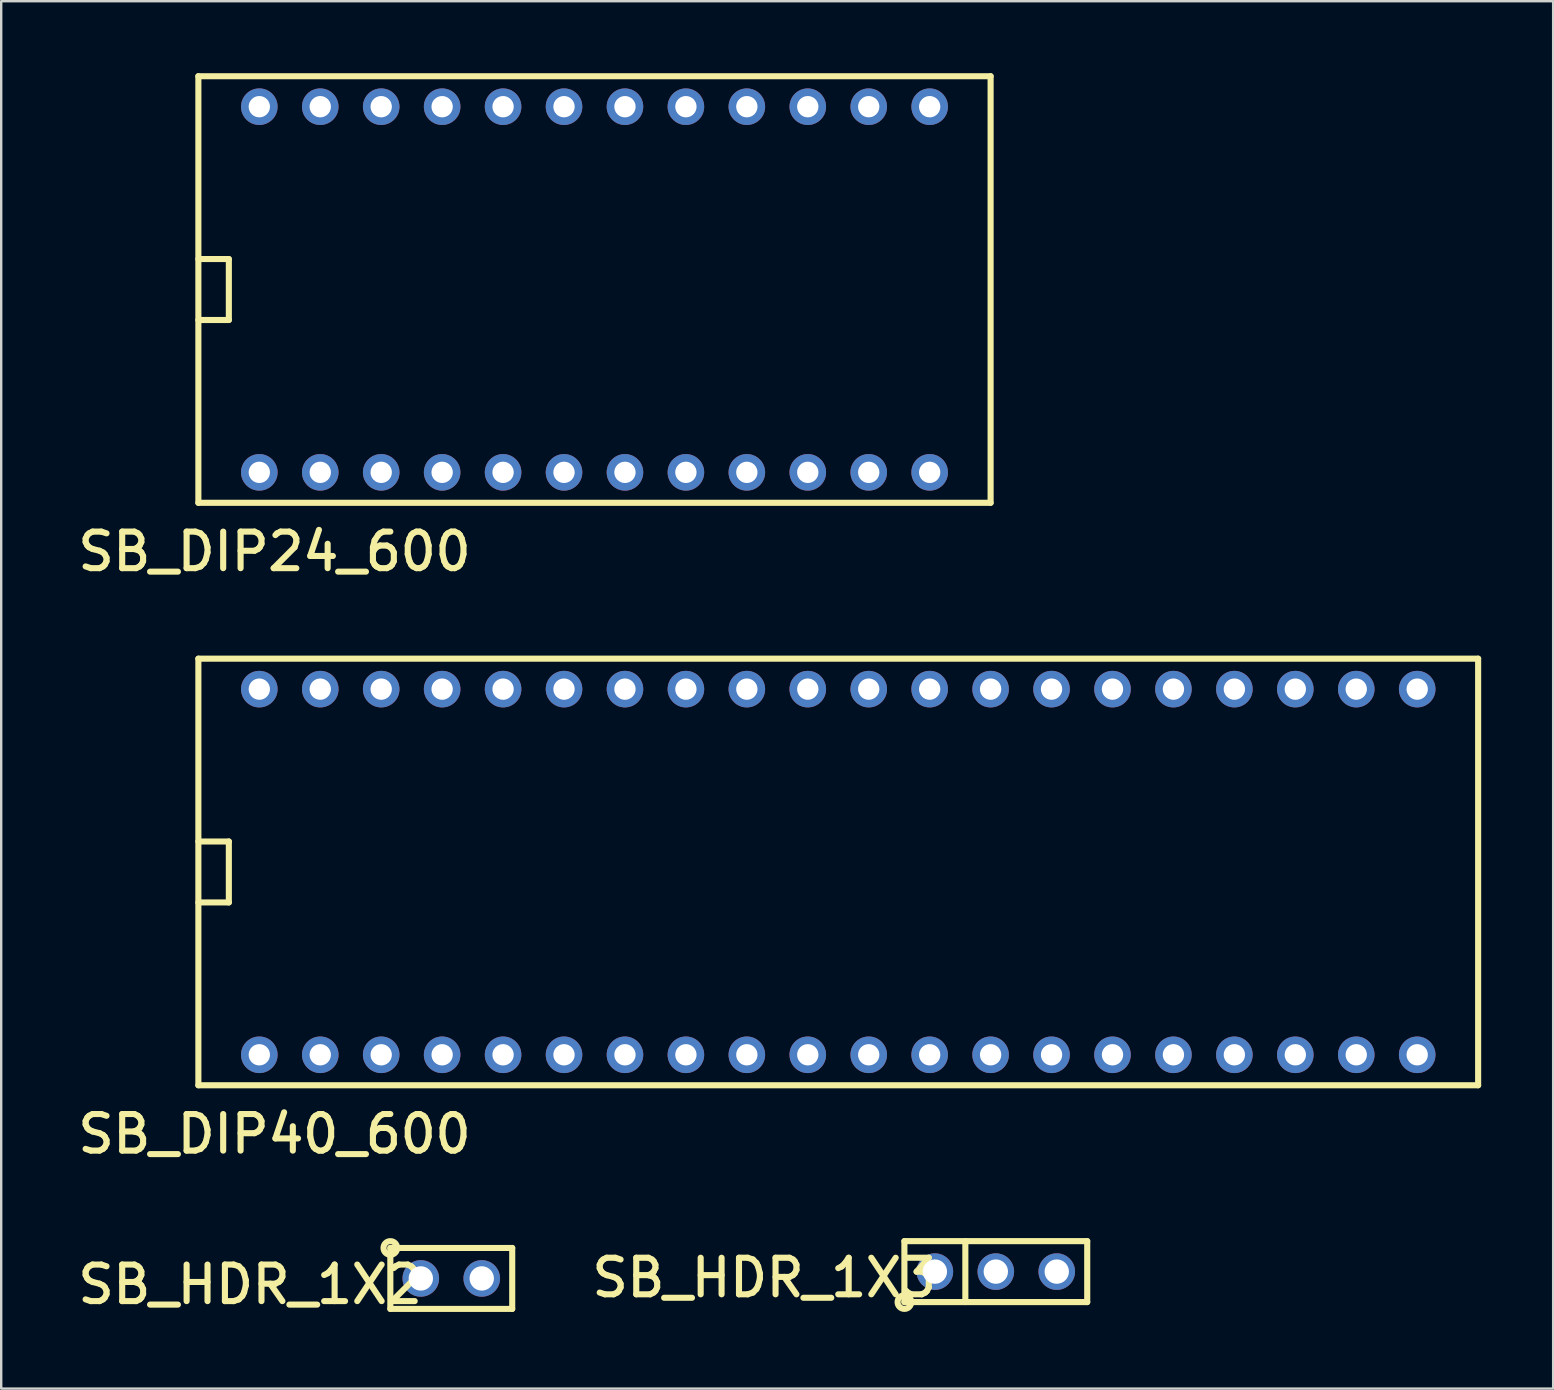
<source format=kicad_pcb>
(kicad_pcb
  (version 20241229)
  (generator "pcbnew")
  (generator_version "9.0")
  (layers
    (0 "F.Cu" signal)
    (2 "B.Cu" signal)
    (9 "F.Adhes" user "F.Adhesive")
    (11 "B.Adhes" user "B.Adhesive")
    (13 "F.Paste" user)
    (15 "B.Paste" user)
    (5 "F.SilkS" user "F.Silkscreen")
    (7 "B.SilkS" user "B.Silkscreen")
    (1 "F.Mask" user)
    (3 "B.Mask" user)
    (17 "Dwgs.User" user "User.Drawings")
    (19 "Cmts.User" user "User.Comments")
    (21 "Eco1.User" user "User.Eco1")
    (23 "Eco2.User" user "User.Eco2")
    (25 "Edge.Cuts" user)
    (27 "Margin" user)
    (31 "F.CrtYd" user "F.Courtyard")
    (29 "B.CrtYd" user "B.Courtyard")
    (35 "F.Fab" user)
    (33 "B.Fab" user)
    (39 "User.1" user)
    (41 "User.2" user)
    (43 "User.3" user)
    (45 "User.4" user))
  (footprint "SB_DIP40_600"
    (layer "F.Cu")
    (at 7.758 40.913)
    (property "Reference" "SB_DIP40_600" (at 0.635 3.302 0) (layer "F.SilkS") (effects (font (size 1.524 1.524) (thickness 0.254))))
    (attr through_hole)
    (fp_line (start -2.54 -16.51) (end -2.54 1.27) (stroke (width 0.254) (type solid)) (layer "F.SilkS"))
    (fp_line (start -2.54 -6.35) (end -1.27 -6.35) (stroke (width 0.254) (type solid)) (layer "F.SilkS"))
    (fp_line (start -2.54 1.27) (end 50.8 1.27) (stroke (width 0.254) (type solid)) (layer "F.SilkS"))
    (fp_line (start -1.27 -8.89) (end -2.54 -8.89) (stroke (width 0.254) (type solid)) (layer "F.SilkS"))
    (fp_line (start -1.27 -6.35) (end -1.27 -8.89) (stroke (width 0.254) (type solid)) (layer "F.SilkS"))
    (fp_line (start 50.8 -16.51) (end -2.54 -16.51) (stroke (width 0.254) (type solid)) (layer "F.SilkS"))
    (fp_line (start 50.8 1.27) (end 50.8 -16.51) (stroke (width 0.254) (type solid)) (layer "F.SilkS"))
    (pad "1" thru_hole circle (at 0 0) (size 1.524 1.524) (drill 0.889) (layers "*.Cu" "*.Mask"))
    (pad "2" thru_hole circle (at 2.54 0) (size 1.524 1.524) (drill 0.889) (layers "*.Cu" "*.Mask"))
    (pad "3" thru_hole circle (at 5.08 0) (size 1.524 1.524) (drill 0.889) (layers "*.Cu" "*.Mask"))
    (pad "4" thru_hole circle (at 7.62 0) (size 1.524 1.524) (drill 0.889) (layers "*.Cu" "*.Mask"))
    (pad "5" thru_hole circle (at 10.16 0) (size 1.524 1.524) (drill 0.889) (layers "*.Cu" "*.Mask"))
    (pad "6" thru_hole circle (at 12.7 0) (size 1.524 1.524) (drill 0.889) (layers "*.Cu" "*.Mask"))
    (pad "7" thru_hole circle (at 15.24 0) (size 1.524 1.524) (drill 0.889) (layers "*.Cu" "*.Mask"))
    (pad "8" thru_hole circle (at 17.78 0) (size 1.524 1.524) (drill 0.889) (layers "*.Cu" "*.Mask"))
    (pad "9" thru_hole circle (at 20.32 0) (size 1.524 1.524) (drill 0.889) (layers "*.Cu" "*.Mask"))
    (pad "10" thru_hole circle (at 22.86 0) (size 1.524 1.524) (drill 0.889) (layers "*.Cu" "*.Mask"))
    (pad "11" thru_hole circle (at 25.4 0) (size 1.524 1.524) (drill 0.889) (layers "*.Cu" "*.Mask"))
    (pad "12" thru_hole circle (at 27.94 0) (size 1.524 1.524) (drill 0.889) (layers "*.Cu" "*.Mask"))
    (pad "13" thru_hole circle (at 30.48 0 180) (size 1.524 1.524) (drill 0.889) (layers "*.Cu" "*.Mask"))
    (pad "14" thru_hole circle (at 33.02 0 180) (size 1.524 1.524) (drill 0.889) (layers "*.Cu" "*.Mask"))
    (pad "15" thru_hole circle (at 35.56 0 180) (size 1.524 1.524) (drill 0.889) (layers "*.Cu" "*.Mask"))
    (pad "16" thru_hole circle (at 38.1 0 180) (size 1.524 1.524) (drill 0.889) (layers "*.Cu" "*.Mask"))
    (pad "17" thru_hole circle (at 40.64 0 180) (size 1.524 1.524) (drill 0.889) (layers "*.Cu" "*.Mask"))
    (pad "18" thru_hole circle (at 43.18 0 180) (size 1.524 1.524) (drill 0.889) (layers "*.Cu" "*.Mask"))
    (pad "19" thru_hole circle (at 45.72 0 180) (size 1.524 1.524) (drill 0.889) (layers "*.Cu" "*.Mask"))
    (pad "20" thru_hole circle (at 48.26 0 180) (size 1.524 1.524) (drill 0.889) (layers "*.Cu" "*.Mask"))
    (pad "21" thru_hole circle (at 48.26 -15.24) (size 1.524 1.524) (drill 0.889) (layers "*.Cu" "*.Mask"))
    (pad "22" thru_hole circle (at 45.72 -15.24) (size 1.524 1.524) (drill 0.889) (layers "*.Cu" "*.Mask"))
    (pad "23" thru_hole circle (at 43.18 -15.24) (size 1.524 1.524) (drill 0.889) (layers "*.Cu" "*.Mask"))
    (pad "24" thru_hole circle (at 40.64 -15.24) (size 1.524 1.524) (drill 0.889) (layers "*.Cu" "*.Mask"))
    (pad "25" thru_hole circle (at 38.1 -15.24) (size 1.524 1.524) (drill 0.889) (layers "*.Cu" "*.Mask"))
    (pad "26" thru_hole circle (at 35.56 -15.24) (size 1.524 1.524) (drill 0.889) (layers "*.Cu" "*.Mask"))
    (pad "27" thru_hole circle (at 33.02 -15.24) (size 1.524 1.524) (drill 0.889) (layers "*.Cu" "*.Mask"))
    (pad "28" thru_hole circle (at 30.48 -15.24) (size 1.524 1.524) (drill 0.889) (layers "*.Cu" "*.Mask"))
    (pad "29" thru_hole circle (at 27.94 -15.24) (size 1.524 1.524) (drill 0.889) (layers "*.Cu" "*.Mask"))
    (pad "30" thru_hole circle (at 25.4 -15.24) (size 1.524 1.524) (drill 0.889) (layers "*.Cu" "*.Mask"))
    (pad "31" thru_hole circle (at 22.86 -15.24) (size 1.524 1.524) (drill 0.889) (layers "*.Cu" "*.Mask"))
    (pad "32" thru_hole circle (at 20.32 -15.24) (size 1.524 1.524) (drill 0.889) (layers "*.Cu" "*.Mask"))
    (pad "33" thru_hole circle (at 17.78 -15.24) (size 1.524 1.524) (drill 0.889) (layers "*.Cu" "*.Mask"))
    (pad "34" thru_hole circle (at 15.24 -15.24) (size 1.524 1.524) (drill 0.889) (layers "*.Cu" "*.Mask"))
    (pad "35" thru_hole circle (at 12.7 -15.24) (size 1.524 1.524) (drill 0.889) (layers "*.Cu" "*.Mask"))
    (pad "36" thru_hole circle (at 10.16 -15.24) (size 1.524 1.524) (drill 0.889) (layers "*.Cu" "*.Mask"))
    (pad "37" thru_hole circle (at 7.62 -15.24) (size 1.524 1.524) (drill 0.889) (layers "*.Cu" "*.Mask"))
    (pad "38" thru_hole circle (at 5.08 -15.24) (size 1.524 1.524) (drill 0.889) (layers "*.Cu" "*.Mask"))
    (pad "39" thru_hole circle (at 2.54 -15.24) (size 1.524 1.524) (drill 0.889) (layers "*.Cu" "*.Mask"))
    (pad "40" thru_hole circle (at 0 -15.24) (size 1.524 1.524) (drill 0.889) (layers "*.Cu" "*.Mask")))
  (footprint "SB_HDR_1X3"
    (layer "F.Cu")
    (at 35.915 49.95)
    (property "Reference" "SB_HDR_1X3" (at -7.112 0.254 0) (layer "F.SilkS") (effects (font (size 1.524 1.524) (thickness 0.254))))
    (attr through_hole)
    (fp_line (start -1.27 -1.27) (end -1.27 1.27) (stroke (width 0.254) (type solid)) (layer "F.SilkS"))
    (fp_line (start -1.27 1.27) (end 6.35 1.27) (stroke (width 0.254) (type solid)) (layer "F.SilkS"))
    (fp_line (start 1.27 -1.27) (end 1.27 1.27) (stroke (width 0.254) (type solid)) (layer "F.SilkS"))
    (fp_line (start 6.35 -1.27) (end -1.27 -1.27) (stroke (width 0.254) (type solid)) (layer "F.SilkS"))
    (fp_line (start 6.35 1.27) (end 6.35 -1.27) (stroke (width 0.254) (type solid)) (layer "F.SilkS"))
    (fp_circle (center -1.27 1.27) (end -1.143 1.524) (stroke (width 0.254) (type solid)) (fill no) (layer "F.SilkS"))
    (pad "1" thru_hole circle (at 0 0 270) (size 1.524 1.524) (drill 1.016) (layers "*.Cu" "*.Mask"))
    (pad "2" thru_hole circle (at 2.54 0 270) (size 1.524 1.524) (drill 1.016) (layers "*.Cu" "*.Mask"))
    (pad "3" thru_hole circle (at 5.08 0) (size 1.524 1.524) (drill 1.016) (layers "*.Cu" "*.Mask")))
  (footprint "SB_DIP24_600"
    (layer "F.Cu")
    (at 7.758 16.637)
    (property "Reference" "SB_DIP24_600" (at 0.635 3.302 0) (layer "F.SilkS") (effects (font (size 1.524 1.524) (thickness 0.254))))
    (attr through_hole)
    (fp_line (start -2.54 -16.51) (end -2.54 1.27) (stroke (width 0.254) (type solid)) (layer "F.SilkS"))
    (fp_line (start -2.54 -6.35) (end -1.27 -6.35) (stroke (width 0.254) (type solid)) (layer "F.SilkS"))
    (fp_line (start -2.54 1.27) (end 30.48 1.27) (stroke (width 0.254) (type solid)) (layer "F.SilkS"))
    (fp_line (start -1.27 -8.89) (end -2.54 -8.89) (stroke (width 0.254) (type solid)) (layer "F.SilkS"))
    (fp_line (start -1.27 -6.35) (end -1.27 -8.89) (stroke (width 0.254) (type solid)) (layer "F.SilkS"))
    (fp_line (start 30.48 -16.51) (end -2.54 -16.51) (stroke (width 0.254) (type solid)) (layer "F.SilkS"))
    (fp_line (start 30.48 1.27) (end 30.48 -16.51) (stroke (width 0.254) (type solid)) (layer "F.SilkS"))
    (pad "1" thru_hole circle (at 0 0) (size 1.524 1.524) (drill 0.889) (layers "*.Cu" "*.Mask"))
    (pad "2" thru_hole circle (at 2.54 0) (size 1.524 1.524) (drill 0.889) (layers "*.Cu" "*.Mask"))
    (pad "3" thru_hole circle (at 5.08 0) (size 1.524 1.524) (drill 0.889) (layers "*.Cu" "*.Mask"))
    (pad "4" thru_hole circle (at 7.62 0) (size 1.524 1.524) (drill 0.889) (layers "*.Cu" "*.Mask"))
    (pad "5" thru_hole circle (at 10.16 0) (size 1.524 1.524) (drill 0.889) (layers "*.Cu" "*.Mask"))
    (pad "6" thru_hole circle (at 12.7 0) (size 1.524 1.524) (drill 0.889) (layers "*.Cu" "*.Mask"))
    (pad "7" thru_hole circle (at 15.24 0) (size 1.524 1.524) (drill 0.889) (layers "*.Cu" "*.Mask"))
    (pad "8" thru_hole circle (at 17.78 0) (size 1.524 1.524) (drill 0.889) (layers "*.Cu" "*.Mask"))
    (pad "9" thru_hole circle (at 20.32 0) (size 1.524 1.524) (drill 0.889) (layers "*.Cu" "*.Mask"))
    (pad "10" thru_hole circle (at 22.86 0) (size 1.524 1.524) (drill 0.889) (layers "*.Cu" "*.Mask"))
    (pad "11" thru_hole circle (at 25.4 0) (size 1.524 1.524) (drill 0.889) (layers "*.Cu" "*.Mask"))
    (pad "12" thru_hole circle (at 27.94 0) (size 1.524 1.524) (drill 0.889) (layers "*.Cu" "*.Mask"))
    (pad "13" thru_hole circle (at 27.94 -15.24) (size 1.524 1.524) (drill 0.889) (layers "*.Cu" "*.Mask"))
    (pad "14" thru_hole circle (at 25.4 -15.24) (size 1.524 1.524) (drill 0.889) (layers "*.Cu" "*.Mask"))
    (pad "15" thru_hole circle (at 22.86 -15.24) (size 1.524 1.524) (drill 0.889) (layers "*.Cu" "*.Mask"))
    (pad "16" thru_hole circle (at 20.32 -15.24) (size 1.524 1.524) (drill 0.889) (layers "*.Cu" "*.Mask"))
    (pad "17" thru_hole circle (at 17.78 -15.24) (size 1.524 1.524) (drill 0.889) (layers "*.Cu" "*.Mask"))
    (pad "18" thru_hole circle (at 15.24 -15.24) (size 1.524 1.524) (drill 0.889) (layers "*.Cu" "*.Mask"))
    (pad "19" thru_hole circle (at 12.7 -15.24) (size 1.524 1.524) (drill 0.889) (layers "*.Cu" "*.Mask"))
    (pad "20" thru_hole circle (at 10.16 -15.24) (size 1.524 1.524) (drill 0.889) (layers "*.Cu" "*.Mask"))
    (pad "21" thru_hole circle (at 7.62 -15.24) (size 1.524 1.524) (drill 0.889) (layers "*.Cu" "*.Mask"))
    (pad "22" thru_hole circle (at 5.08 -15.24) (size 1.524 1.524) (drill 0.889) (layers "*.Cu" "*.Mask"))
    (pad "23" thru_hole circle (at 2.54 -15.24) (size 1.524 1.524) (drill 0.889) (layers "*.Cu" "*.Mask"))
    (pad "24" thru_hole circle (at 0 -15.24) (size 1.524 1.524) (drill 0.889) (layers "*.Cu" "*.Mask")))
  (footprint "SB_HDR_1X2"
    (layer "F.Cu")
    (at 14.489 50.234)
    (property "Reference" "SB_HDR_1X2" (at -7.112 0.254 0) (layer "F.SilkS") (effects (font (size 1.524 1.524) (thickness 0.254))))
    (attr through_hole)
    (fp_line (start -1.27 -1.27) (end -1.27 1.27) (stroke (width 0.254) (type solid)) (layer "F.SilkS"))
    (fp_line (start -1.27 1.27) (end 3.81 1.27) (stroke (width 0.254) (type solid)) (layer "F.SilkS"))
    (fp_line (start 3.81 -1.27) (end -1.27 -1.27) (stroke (width 0.254) (type solid)) (layer "F.SilkS"))
    (fp_line (start 3.81 1.27) (end 3.81 -1.27) (stroke (width 0.254) (type solid)) (layer "F.SilkS"))
    (fp_circle (center -1.27 -1.27) (end -1.143 -1.016) (stroke (width 0.254) (type solid)) (fill no) (layer "F.SilkS"))
    (pad "1" thru_hole circle (at 0 0 270) (size 1.524 1.524) (drill 1.016) (layers "*.Cu" "*.Mask"))
    (pad "2" thru_hole circle (at 2.54 0 270) (size 1.524 1.524) (drill 1.016) (layers "*.Cu" "*.Mask")))
  (gr_rect
    (start -3 -3)
    (end 61.685 54.825)
    (stroke (width 0.1) (type default))
    (fill no)
    (layer "Edge.Cuts")))
</source>
